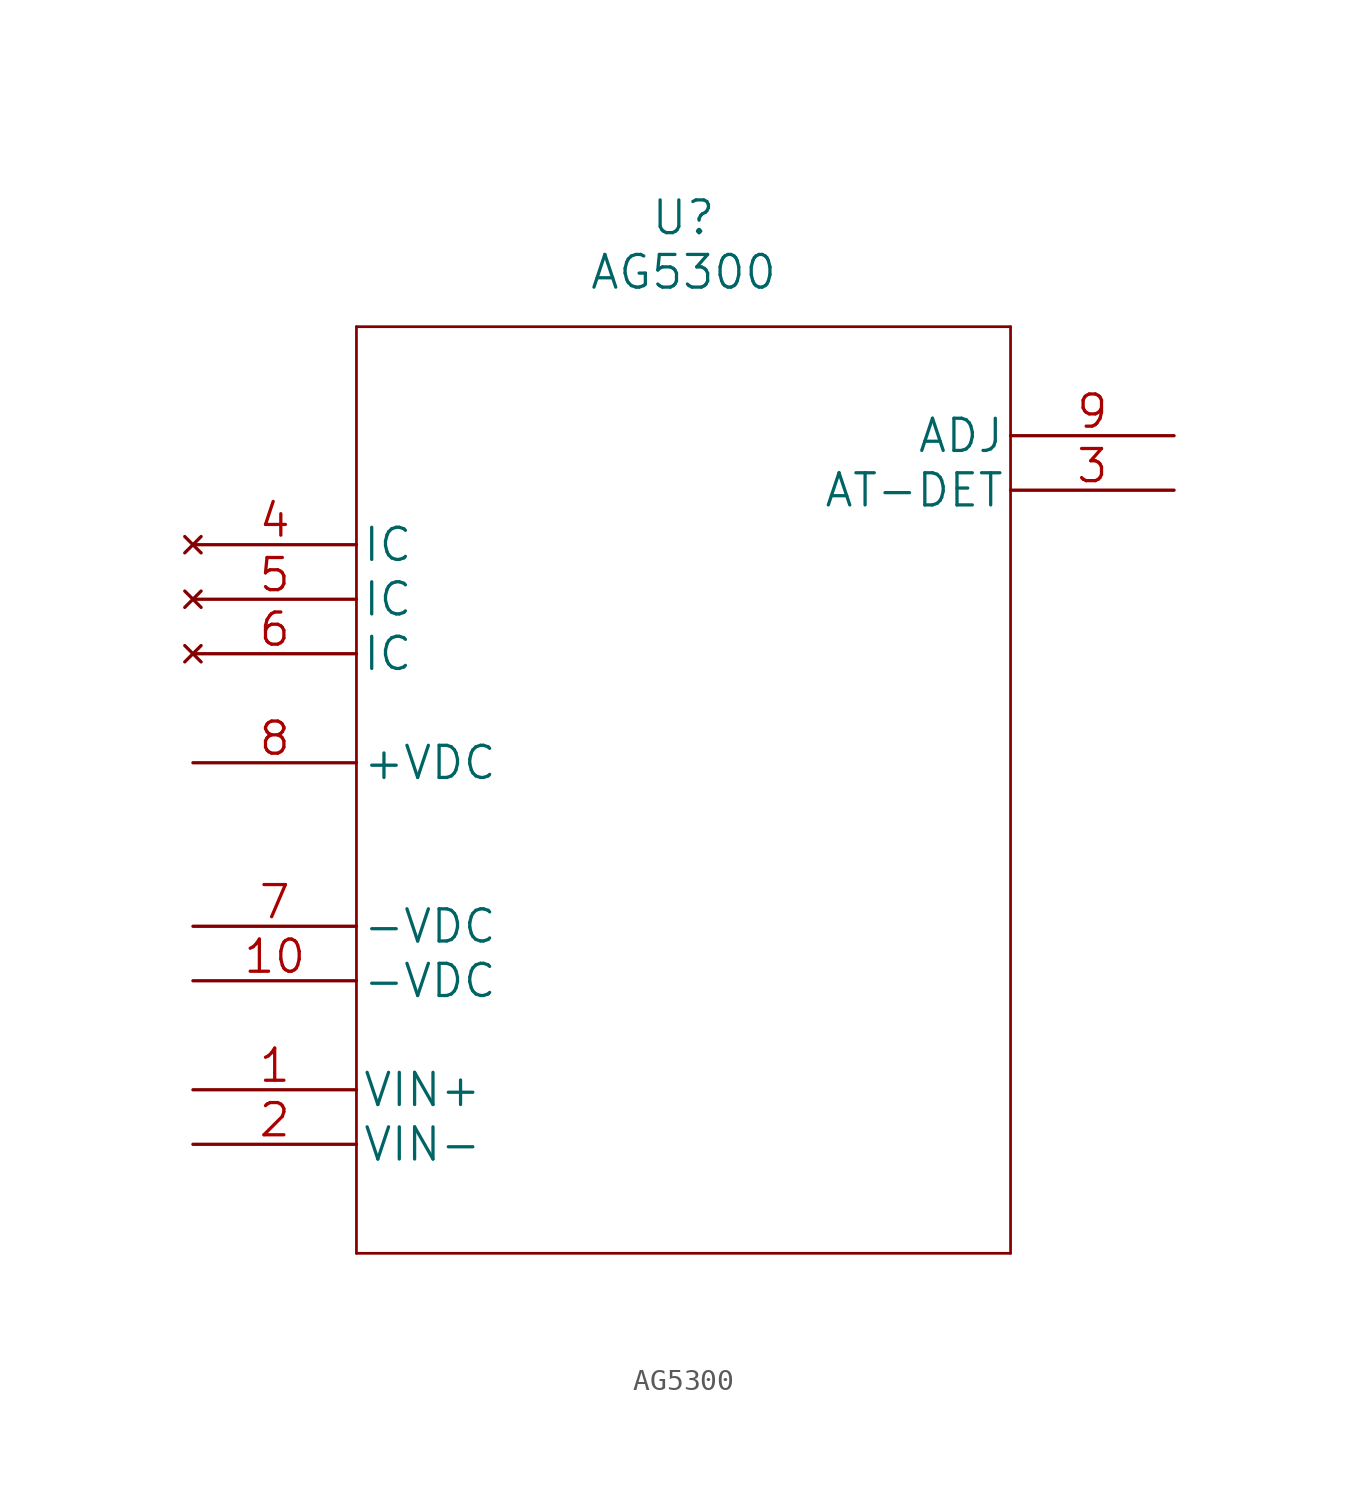
<source format=kicad_sym>
(kicad_symbol_lib
  (version 20220914)
  (generator kicad_symbol_editor)
  (symbol "AG5300"
    (pin_names
      (offset 0.254))
    (property "Reference" "U"
      (at 22.86 15.24 0)
      (effects (font (size 1.524 1.524))))
    (property "Value" "AG5300"
      (at 22.86 12.7 0)
      (effects (font (size 1.524 1.524))))
    (property "Datasheet" ""
      (at 0 0 0)
      (effects (font (size 1.524 1.524))))
    (property "ki_locked" ""
      (at 0 0 0)
      (effects (font (size 1.27 1.27))))
    (symbol "AG5300_1_1"
      (polyline (pts (xy 7.62 -33.02) (xy 38.1 -33.02)) (stroke (width 0.127) (type solid)) (fill (type none)))
      (polyline (pts (xy 7.62 10.16) (xy 7.62 -33.02)) (stroke (width 0.127) (type solid)) (fill (type none)))
      (polyline (pts (xy 38.1 -33.02) (xy 38.1 10.16)) (stroke (width 0.127) (type solid)) (fill (type none)))
      (polyline (pts (xy 38.1 10.16) (xy 7.62 10.16)) (stroke (width 0.127) (type solid)) (fill (type none)))
      (pin power_in line (at 0 -25.4 0) (length 7.62) (name "VIN+" (effects (font (size 1.499 1.499)))) (number "1" (effects (font (size 1.499 1.499)))))
      (pin power_in line (at 0 -20.32 0) (length 7.62) (name "-VDC" (effects (font (size 1.499 1.499)))) (number "10" (effects (font (size 1.499 1.499)))))
      (pin power_in line (at 0 -27.94 0) (length 7.62) (name "VIN-" (effects (font (size 1.499 1.499)))) (number "2" (effects (font (size 1.499 1.499)))))
      (pin output line (at 45.72 2.54 180) (length 7.62) (name "AT-DET" (effects (font (size 1.499 1.499)))) (number "3" (effects (font (size 1.499 1.499)))))
      (pin no_connect line (at 0 0 0) (length 7.62) (name "IC" (effects (font (size 1.499 1.499)))) (number "4" (effects (font (size 1.499 1.499)))))
      (pin no_connect line (at 0 -2.54 0) (length 7.62) (name "IC" (effects (font (size 1.499 1.499)))) (number "5" (effects (font (size 1.499 1.499)))))
      (pin no_connect line (at 0 -5.08 0) (length 7.62) (name "IC" (effects (font (size 1.499 1.499)))) (number "6" (effects (font (size 1.499 1.499)))))
      (pin power_in line (at 0 -17.78 0) (length 7.62) (name "-VDC" (effects (font (size 1.499 1.499)))) (number "7" (effects (font (size 1.499 1.499)))))
      (pin power_in line (at 0 -10.16 0) (length 7.62) (name "+VDC" (effects (font (size 1.499 1.499)))) (number "8" (effects (font (size 1.499 1.499)))))
      (pin output line (at 45.72 5.08 180) (length 7.62) (name "ADJ" (effects (font (size 1.499 1.499)))) (number "9" (effects (font (size 1.499 1.499))))))))
</source>
